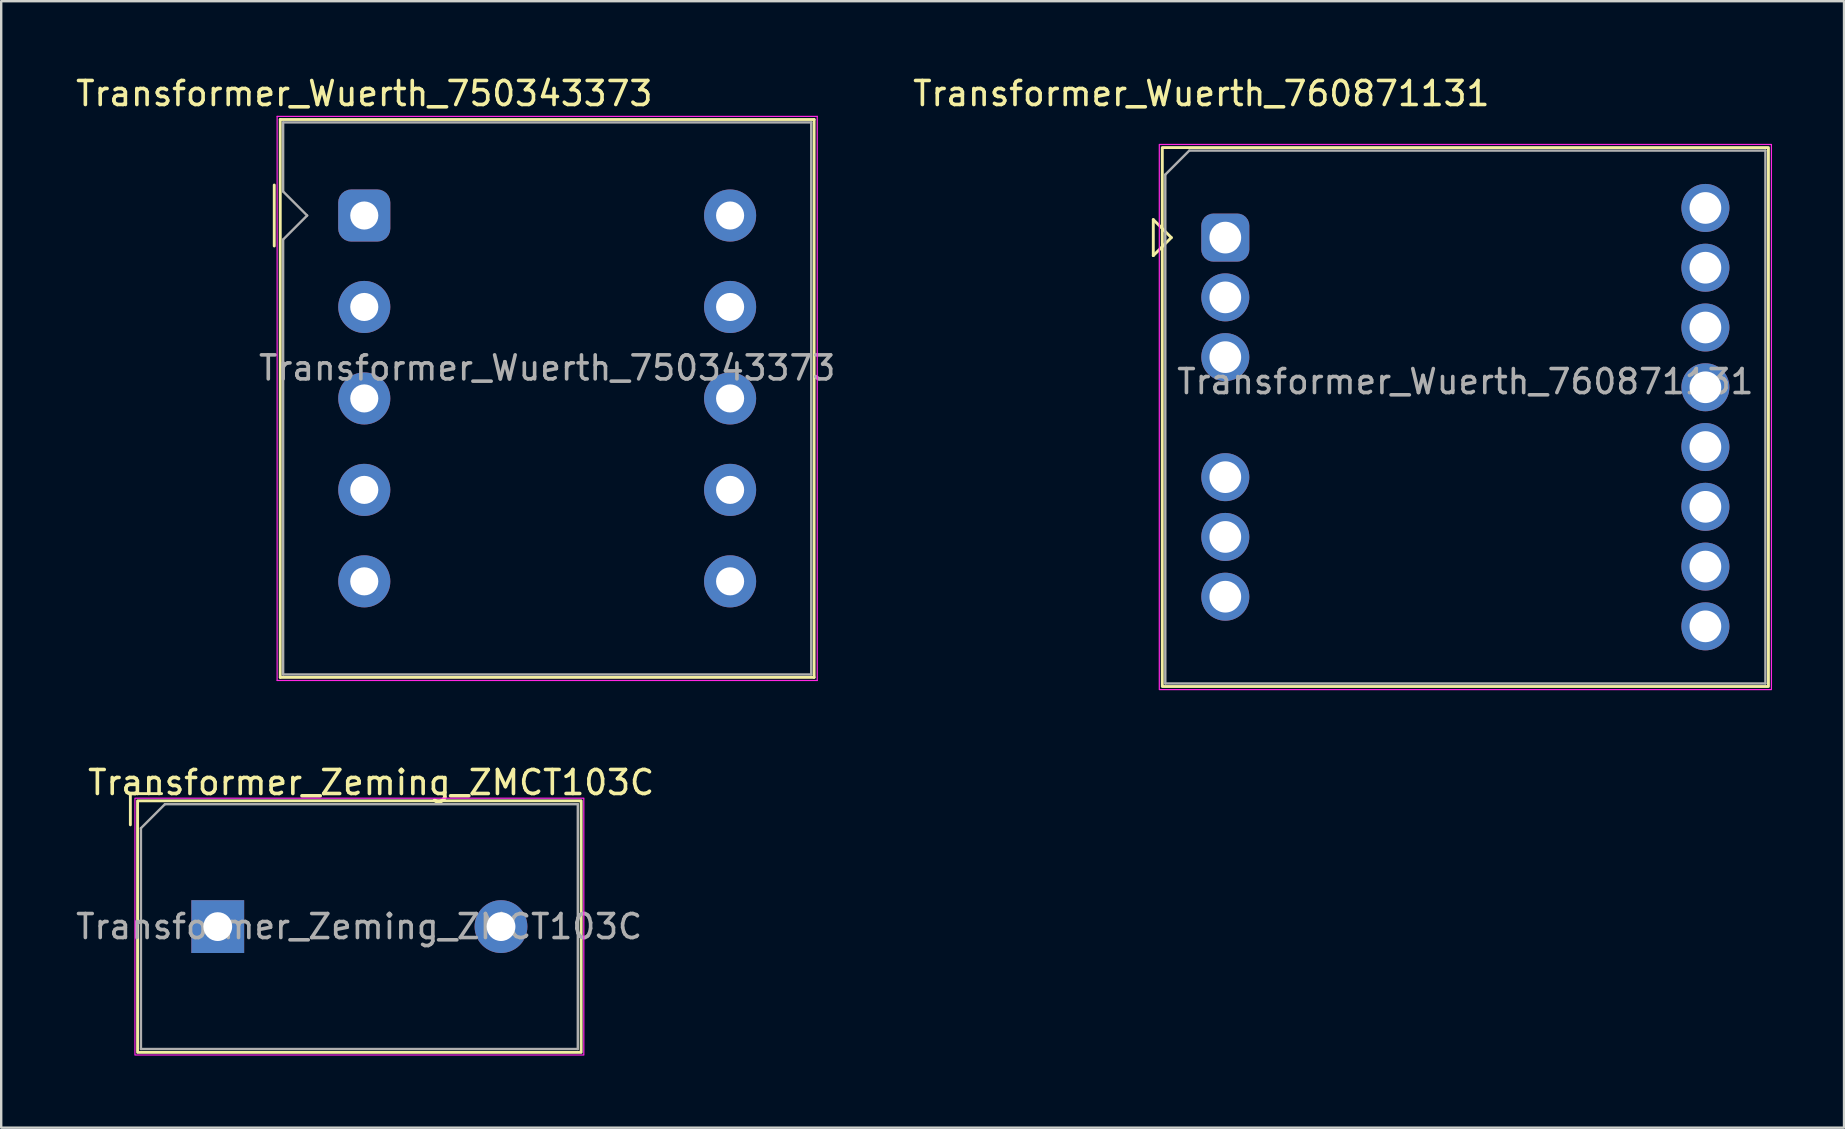
<source format=kicad_pcb>
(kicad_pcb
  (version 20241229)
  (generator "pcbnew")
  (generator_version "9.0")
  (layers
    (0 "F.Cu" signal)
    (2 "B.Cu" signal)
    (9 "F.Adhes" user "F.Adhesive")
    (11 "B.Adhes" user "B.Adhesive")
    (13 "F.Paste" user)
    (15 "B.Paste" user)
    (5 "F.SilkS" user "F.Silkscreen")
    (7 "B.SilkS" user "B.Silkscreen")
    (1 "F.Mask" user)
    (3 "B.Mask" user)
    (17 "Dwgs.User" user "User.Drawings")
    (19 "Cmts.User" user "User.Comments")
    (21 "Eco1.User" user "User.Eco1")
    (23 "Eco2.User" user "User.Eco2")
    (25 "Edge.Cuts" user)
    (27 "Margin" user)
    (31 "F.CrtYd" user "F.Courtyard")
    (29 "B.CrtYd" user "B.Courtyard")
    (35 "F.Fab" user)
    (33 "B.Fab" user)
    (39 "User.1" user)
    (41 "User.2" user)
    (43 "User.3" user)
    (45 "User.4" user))
  (footprint "Transformer_Wuerth_750343373"
    (layer "F.Cu")
    (at 12.125 5.928)
    (property "Reference" "Transformer_Wuerth_750343373" (at 0 -5.08 0) (layer "F.SilkS") (effects (font (size 1 1) (thickness 0.15))))
    (attr through_hole)
    (fp_line (start -3.75 -1.27) (end -3.75 1.27) (stroke (width 0.12) (type solid)) (layer "F.SilkS"))
    (fp_line (start -3.5 -4) (end 18.74 -4) (stroke (width 0.12) (type solid)) (layer "F.SilkS"))
    (fp_line (start -3.5 19.24) (end -3.5 -4) (stroke (width 0.12) (type solid)) (layer "F.SilkS"))
    (fp_line (start 18.74 -4) (end 18.74 19.24) (stroke (width 0.12) (type solid)) (layer "F.SilkS"))
    (fp_line (start 18.74 19.24) (end -3.5 19.24) (stroke (width 0.12) (type solid)) (layer "F.SilkS"))
    (fp_line (start -3.63 -4.13) (end 18.87 -4.13) (stroke (width 0.05) (type solid)) (layer "F.CrtYd"))
    (fp_line (start -3.63 19.37) (end -3.63 -4.13) (stroke (width 0.05) (type solid)) (layer "F.CrtYd"))
    (fp_line (start 18.87 -4.13) (end 18.87 19.37) (stroke (width 0.05) (type solid)) (layer "F.CrtYd"))
    (fp_line (start 18.87 19.37) (end -3.63 19.37) (stroke (width 0.05) (type solid)) (layer "F.CrtYd"))
    (fp_line (start -3.38 -3.88) (end 18.62 -3.88) (stroke (width 0.1) (type solid)) (layer "F.Fab"))
    (fp_line (start -3.38 -1) (end -3.38 -3.88) (stroke (width 0.1) (type solid)) (layer "F.Fab"))
    (fp_line (start -3.38 -1) (end -2.38 0) (stroke (width 0.1) (type solid)) (layer "F.Fab"))
    (fp_line (start -3.38 1) (end -3.38 19.12) (stroke (width 0.1) (type solid)) (layer "F.Fab"))
    (fp_line (start -2.38 0) (end -3.38 1) (stroke (width 0.1) (type solid)) (layer "F.Fab"))
    (fp_line (start 18.62 -3.88) (end 18.62 19.12) (stroke (width 0.1) (type solid)) (layer "F.Fab"))
    (fp_line (start 18.62 19.12) (end -3.38 19.12) (stroke (width 0.1) (type solid)) (layer "F.Fab"))
    (fp_text user "${REFERENCE}" (at 7.62 6.35 0) (layer "F.Fab") (effects (font (size 1 1) (thickness 0.15))))
    (pad "1" thru_hole roundrect (at 0 0) (size 2.17 2.17) (drill 1.17) (layers "*.Cu" "*.Mask") (roundrect_rratio 0.25))
    (pad "2" thru_hole circle (at 0 3.81) (size 2.17 2.17) (drill 1.17) (layers "*.Cu" "*.Mask"))
    (pad "3" thru_hole circle (at 0 7.62) (size 2.17 2.17) (drill 1.17) (layers "*.Cu" "*.Mask"))
    (pad "4" thru_hole circle (at 0 11.43) (size 2.17 2.17) (drill 1.17) (layers "*.Cu" "*.Mask"))
    (pad "5" thru_hole circle (at 0 15.24) (size 2.17 2.17) (drill 1.17) (layers "*.Cu" "*.Mask"))
    (pad "6" thru_hole circle (at 15.24 15.24) (size 2.17 2.17) (drill 1.17) (layers "*.Cu" "*.Mask"))
    (pad "7" thru_hole circle (at 15.24 11.43) (size 2.17 2.17) (drill 1.17) (layers "*.Cu" "*.Mask"))
    (pad "8" thru_hole circle (at 15.24 7.62) (size 2.17 2.17) (drill 1.17) (layers "*.Cu" "*.Mask"))
    (pad "9" thru_hole circle (at 15.24 3.81) (size 2.17 2.17) (drill 1.17) (layers "*.Cu" "*.Mask"))
    (pad "10" thru_hole circle (at 15.24 0) (size 2.17 2.17) (drill 1.17) (layers "*.Cu" "*.Mask")))
  (footprint "Transformer_Zeming_ZMCT103C"
    (layer "F.Cu")
    (at 6.021 35.551)
    (property "Reference" "Transformer_Zeming_ZMCT103C" (at 6.39 -6 0) (layer "F.SilkS") (effects (font (size 1 1) (thickness 0.15))))
    (attr through_hole)
    (fp_line (start -3.64 -5.54) (end -2.34 -5.54) (stroke (width 0.12) (type default)) (layer "F.SilkS"))
    (fp_line (start -3.64 -4.24) (end -3.64 -5.54) (stroke (width 0.12) (type default)) (layer "F.SilkS"))
    (fp_rect (start -3.34 -5.24) (end 15.14 5.24) (stroke (width 0.12) (type default)) (fill no) (layer "F.SilkS"))
    (fp_rect (start -3.45 -5.35) (end 15.25 5.35) (stroke (width 0.05) (type default)) (fill no) (layer "F.CrtYd"))
    (fp_line (start -3.2 -4.1) (end -2.2 -5.1) (stroke (width 0.1) (type default)) (layer "F.Fab"))
    (fp_line (start -3.2 5.1) (end -3.2 -4.1) (stroke (width 0.1) (type default)) (layer "F.Fab"))
    (fp_line (start -2.2 -5.1) (end 15 -5.1) (stroke (width 0.1) (type default)) (layer "F.Fab"))
    (fp_line (start 15 -5.1) (end 15 5.1) (stroke (width 0.1) (type default)) (layer "F.Fab"))
    (fp_line (start 15 5.1) (end -3.2 5.1) (stroke (width 0.1) (type default)) (layer "F.Fab"))
    (fp_text user "${REFERENCE}" (at 5.89 0 0) (layer "F.Fab") (effects (font (size 1 1) (thickness 0.15))))
    (pad "1" thru_hole rect (at 0 0) (size 2.2 2.2) (drill 1.2) (layers "*.Cu" "*.Mask"))
    (pad "2" thru_hole circle (at 11.8 0) (size 2.2 2.2) (drill 1.2) (layers "*.Cu" "*.Mask")))
  (footprint "Transformer_Wuerth_760871131"
    (layer "F.Cu")
    (at 47.995 6.848)
    (property "Reference" "Transformer_Wuerth_760871131" (at -1 -6 0) (unlocked yes) (layer "F.SilkS") (effects (font (size 1 1) (thickness 0.15))))
    (attr through_hole)
    (fp_line (start -3 -0.75) (end -3 0.75) (stroke (width 0.12) (type solid)) (layer "F.SilkS"))
    (fp_line (start -3 -0.75) (end -2.25 0) (stroke (width 0.12) (type solid)) (layer "F.SilkS"))
    (fp_line (start -3 0.75) (end -2.25 0) (stroke (width 0.12) (type solid)) (layer "F.SilkS"))
    (fp_rect (start -2.625 -3.75) (end 22.625 18.7) (stroke (width 0.12) (type solid)) (fill no) (layer "F.SilkS"))
    (fp_rect (start -2.75 -3.88) (end 22.75 18.83) (stroke (width 0.05) (type solid)) (fill no) (layer "F.CrtYd"))
    (fp_line (start -2.5 18.575) (end -2.5 -2.625) (stroke (width 0.1) (type solid)) (layer "F.Fab"))
    (fp_line (start -1.5 -3.625) (end -2.5 -2.625) (stroke (width 0.1) (type solid)) (layer "F.Fab"))
    (fp_line (start -1.5 -3.625) (end 22.5 -3.625) (stroke (width 0.1) (type solid)) (layer "F.Fab"))
    (fp_line (start 22.5 -3.625) (end 22.5 18.575) (stroke (width 0.1) (type solid)) (layer "F.Fab"))
    (fp_line (start 22.5 18.575) (end -2.5 18.575) (stroke (width 0.1) (type solid)) (layer "F.Fab"))
    (fp_text user "${REFERENCE}" (at 10 6 0) (unlocked yes) (layer "F.Fab") (effects (font (size 1 1) (thickness 0.15))))
    (pad "1" thru_hole roundrect (at 0 0) (size 2 2) (drill 1.32) (layers "*.Cu" "*.Mask") (roundrect_rratio 0.25))
    (pad "2" thru_hole circle (at 0 2.49) (size 2 2) (drill 1.32) (layers "*.Cu" "*.Mask"))
    (pad "3" thru_hole circle (at 0 4.98) (size 2 2) (drill 1.32) (layers "*.Cu" "*.Mask"))
    (pad "4" thru_hole circle (at 0 9.98) (size 2 2) (drill 1.32) (layers "*.Cu" "*.Mask"))
    (pad "5" thru_hole circle (at 0 12.47) (size 2 2) (drill 1.32) (layers "*.Cu" "*.Mask"))
    (pad "6" thru_hole circle (at 0 14.96) (size 2 2) (drill 1.32) (layers "*.Cu" "*.Mask"))
    (pad "7" thru_hole circle (at 20 16.195) (size 2 2) (drill 1.32) (layers "*.Cu" "*.Mask"))
    (pad "8" thru_hole circle (at 20 13.705) (size 2 2) (drill 1.32) (layers "*.Cu" "*.Mask"))
    (pad "9" thru_hole circle (at 20 11.215) (size 2 2) (drill 1.32) (layers "*.Cu" "*.Mask"))
    (pad "10" thru_hole circle (at 20 8.725) (size 2 2) (drill 1.32) (layers "*.Cu" "*.Mask"))
    (pad "11" thru_hole circle (at 20 6.235) (size 2 2) (drill 1.32) (layers "*.Cu" "*.Mask"))
    (pad "12" thru_hole circle (at 20 3.745) (size 2 2) (drill 1.32) (layers "*.Cu" "*.Mask"))
    (pad "13" thru_hole circle (at 20 1.255) (size 2 2) (drill 1.32) (layers "*.Cu" "*.Mask"))
    (pad "14" thru_hole circle (at 20 -1.235) (size 2 2) (drill 1.32) (layers "*.Cu" "*.Mask")))
  (gr_rect
    (start -3 -3)
    (end 73.77 43.926)
    (stroke (width 0.1) (type default))
    (fill no)
    (layer "Edge.Cuts")))
</source>
